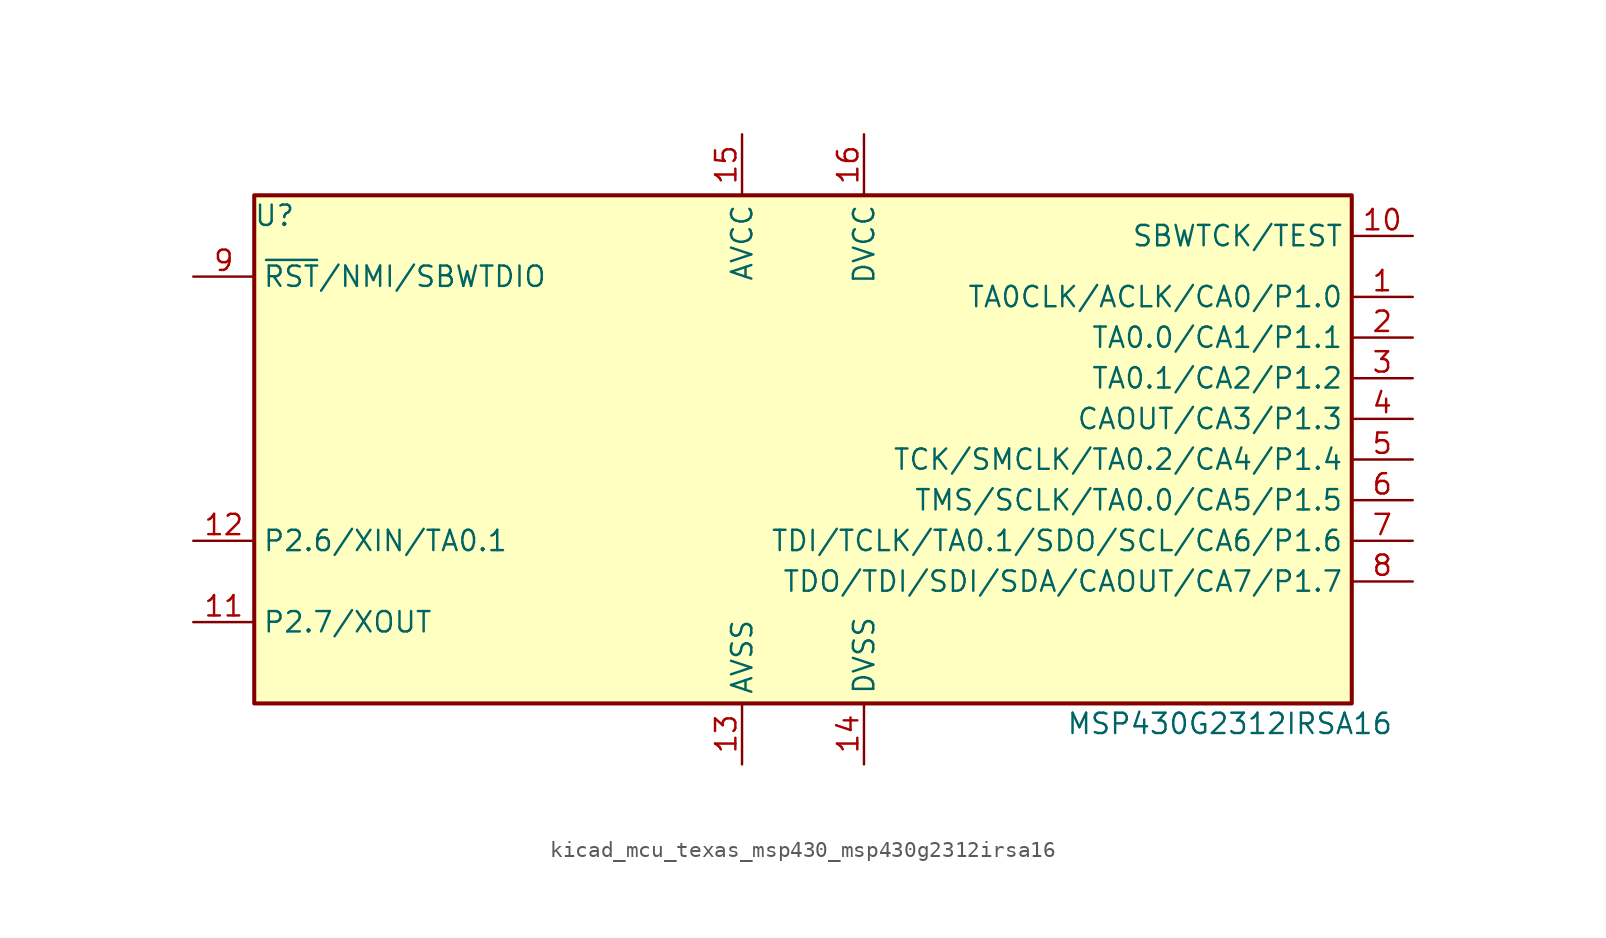
<source format=kicad_sym>
(kicad_symbol_lib
  (version 20220914)
  (generator kicad_symbol_editor)
  (symbol "kicad_mcu_texas_msp430_msp430g2312irsa16"
    (property "Reference" "U"
      (at -33.02 15.24 0)
      (effects (font (size 1.27 1.27))))
    (property "Value" "MSP430G2312IRSA16"
      (at 26.67 -16.51 0)
      (effects (font (size 1.27 1.27))))
    (symbol "kicad_mcu_texas_msp430_msp430g2312irsa16_0_1"
      (rectangle (start -34.29 16.51) (end 34.29 -15.24) (stroke (width 0.254) (type default)) (fill (type background))))
    (symbol "kicad_mcu_texas_msp430_msp430g2312irsa16_1_1"
      (pin bidirectional line (at 38.1 10.16 180) (length 3.81) (name "TA0CLK/ACLK/CA0/P1.0" (effects (font (size 1.27 1.27)))) (number "1" (effects (font (size 1.27 1.27)))))
      (pin input line (at 38.1 13.97 180) (length 3.81) (name "SBWTCK/TEST" (effects (font (size 1.27 1.27)))) (number "10" (effects (font (size 1.27 1.27)))))
      (pin bidirectional line (at -38.1 -10.16 0) (length 3.81) (name "P2.7/XOUT" (effects (font (size 1.27 1.27)))) (number "11" (effects (font (size 1.27 1.27)))))
      (pin bidirectional line (at -38.1 -5.08 0) (length 3.81) (name "P2.6/XIN/TA0.1" (effects (font (size 1.27 1.27)))) (number "12" (effects (font (size 1.27 1.27)))))
      (pin power_in line (at -3.81 -19.05 90) (length 3.81) (name "AVSS" (effects (font (size 1.27 1.27)))) (number "13" (effects (font (size 1.27 1.27)))))
      (pin power_in line (at 3.81 -19.05 90) (length 3.81) (name "DVSS" (effects (font (size 1.27 1.27)))) (number "14" (effects (font (size 1.27 1.27)))))
      (pin power_in line (at -3.81 20.32 270) (length 3.81) (name "AVCC" (effects (font (size 1.27 1.27)))) (number "15" (effects (font (size 1.27 1.27)))))
      (pin power_in line (at 3.81 20.32 270) (length 3.81) (name "DVCC" (effects (font (size 1.27 1.27)))) (number "16" (effects (font (size 1.27 1.27)))))
      (pin bidirectional line (at 38.1 7.62 180) (length 3.81) (name "TA0.0/CA1/P1.1" (effects (font (size 1.27 1.27)))) (number "2" (effects (font (size 1.27 1.27)))))
      (pin bidirectional line (at 38.1 5.08 180) (length 3.81) (name "TA0.1/CA2/P1.2" (effects (font (size 1.27 1.27)))) (number "3" (effects (font (size 1.27 1.27)))))
      (pin bidirectional line (at 38.1 2.54 180) (length 3.81) (name "CAOUT/CA3/P1.3" (effects (font (size 1.27 1.27)))) (number "4" (effects (font (size 1.27 1.27)))))
      (pin bidirectional line (at 38.1 0 180) (length 3.81) (name "TCK/SMCLK/TA0.2/CA4/P1.4" (effects (font (size 1.27 1.27)))) (number "5" (effects (font (size 1.27 1.27)))))
      (pin bidirectional line (at 38.1 -2.54 180) (length 3.81) (name "TMS/SCLK/TA0.0/CA5/P1.5" (effects (font (size 1.27 1.27)))) (number "6" (effects (font (size 1.27 1.27)))))
      (pin bidirectional line (at 38.1 -5.08 180) (length 3.81) (name "TDI/TCLK/TA0.1/SDO/SCL/CA6/P1.6" (effects (font (size 1.27 1.27)))) (number "7" (effects (font (size 1.27 1.27)))))
      (pin bidirectional line (at 38.1 -7.62 180) (length 3.81) (name "TDO/TDI/SDI/SDA/CAOUT/CA7/P1.7" (effects (font (size 1.27 1.27)))) (number "8" (effects (font (size 1.27 1.27)))))
      (pin input line (at -38.1 11.43 0) (length 3.81) (name "~{RST}/NMI/SBWTDIO" (effects (font (size 1.27 1.27)))) (number "9" (effects (font (size 1.27 1.27))))))))
</source>
